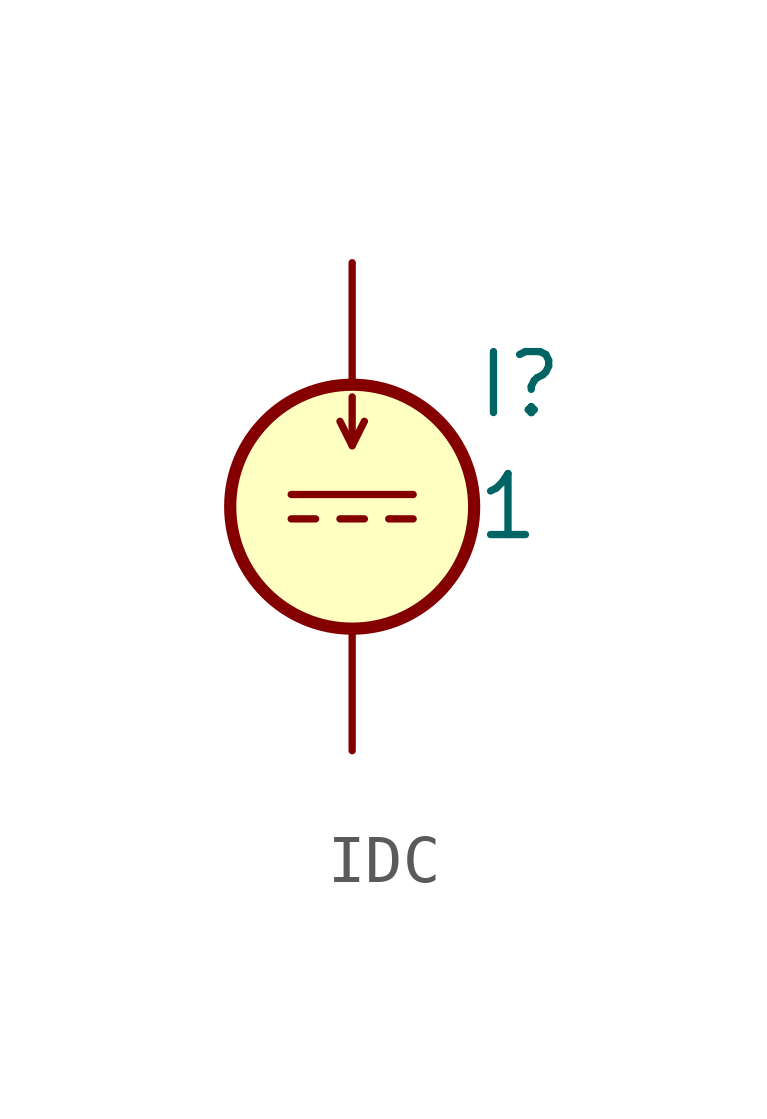
<source format=kicad_sym>
(kicad_symbol_lib
  (version 20241209)
  (generator "kicad_symbol_editor")
  (generator_version "9.0")
  (symbol "IDC"
    (pin_numbers
      (hide yes))
    (pin_names
      (offset 0.025))
    (property "Reference" "I"
      (at 2.54 2.54 0)
      (effects (font (size 1.27 1.27)) (justify left)))
    (property "Value" "1"
      (at 2.54 0 0)
      (effects (font (size 1.27 1.27)) (justify left)))
    (symbol "IDC_0_0"
      (polyline (pts (xy -1.27 0.254) (xy 1.27 0.254)) (stroke (width 0) (type default)) (fill (type none)))
      (polyline (pts (xy -0.762 -0.254) (xy -1.27 -0.254)) (stroke (width 0) (type default)) (fill (type none)))
      (polyline (pts (xy 0.254 -0.254) (xy -0.254 -0.254)) (stroke (width 0) (type default)) (fill (type none)))
      (polyline (pts (xy 1.27 -0.254) (xy 0.762 -0.254)) (stroke (width 0) (type default)) (fill (type none))))
    (symbol "IDC_0_1"
      (polyline (pts (xy -0.254 1.778) (xy 0 1.27) (xy 0.254 1.778)) (stroke (width 0) (type default)) (fill (type none)))
      (polyline (pts (xy 0 1.27) (xy 0 2.286)) (stroke (width 0) (type default)) (fill (type none)))
      (circle (center 0 0) (radius 2.54) (stroke (width 0.254) (type default)) (fill (type background))))
    (symbol "IDC_1_1"
      (pin passive line (at 0 5.08 270) (length 2.54) (name "~" (effects (font (size 1.27 1.27)))) (number "1" (effects (font (size 1.27 1.27)))))
      (pin passive line (at 0 -5.08 90) (length 2.54) (name "~" (effects (font (size 1.27 1.27)))) (number "2" (effects (font (size 1.27 1.27))))))))
</source>
